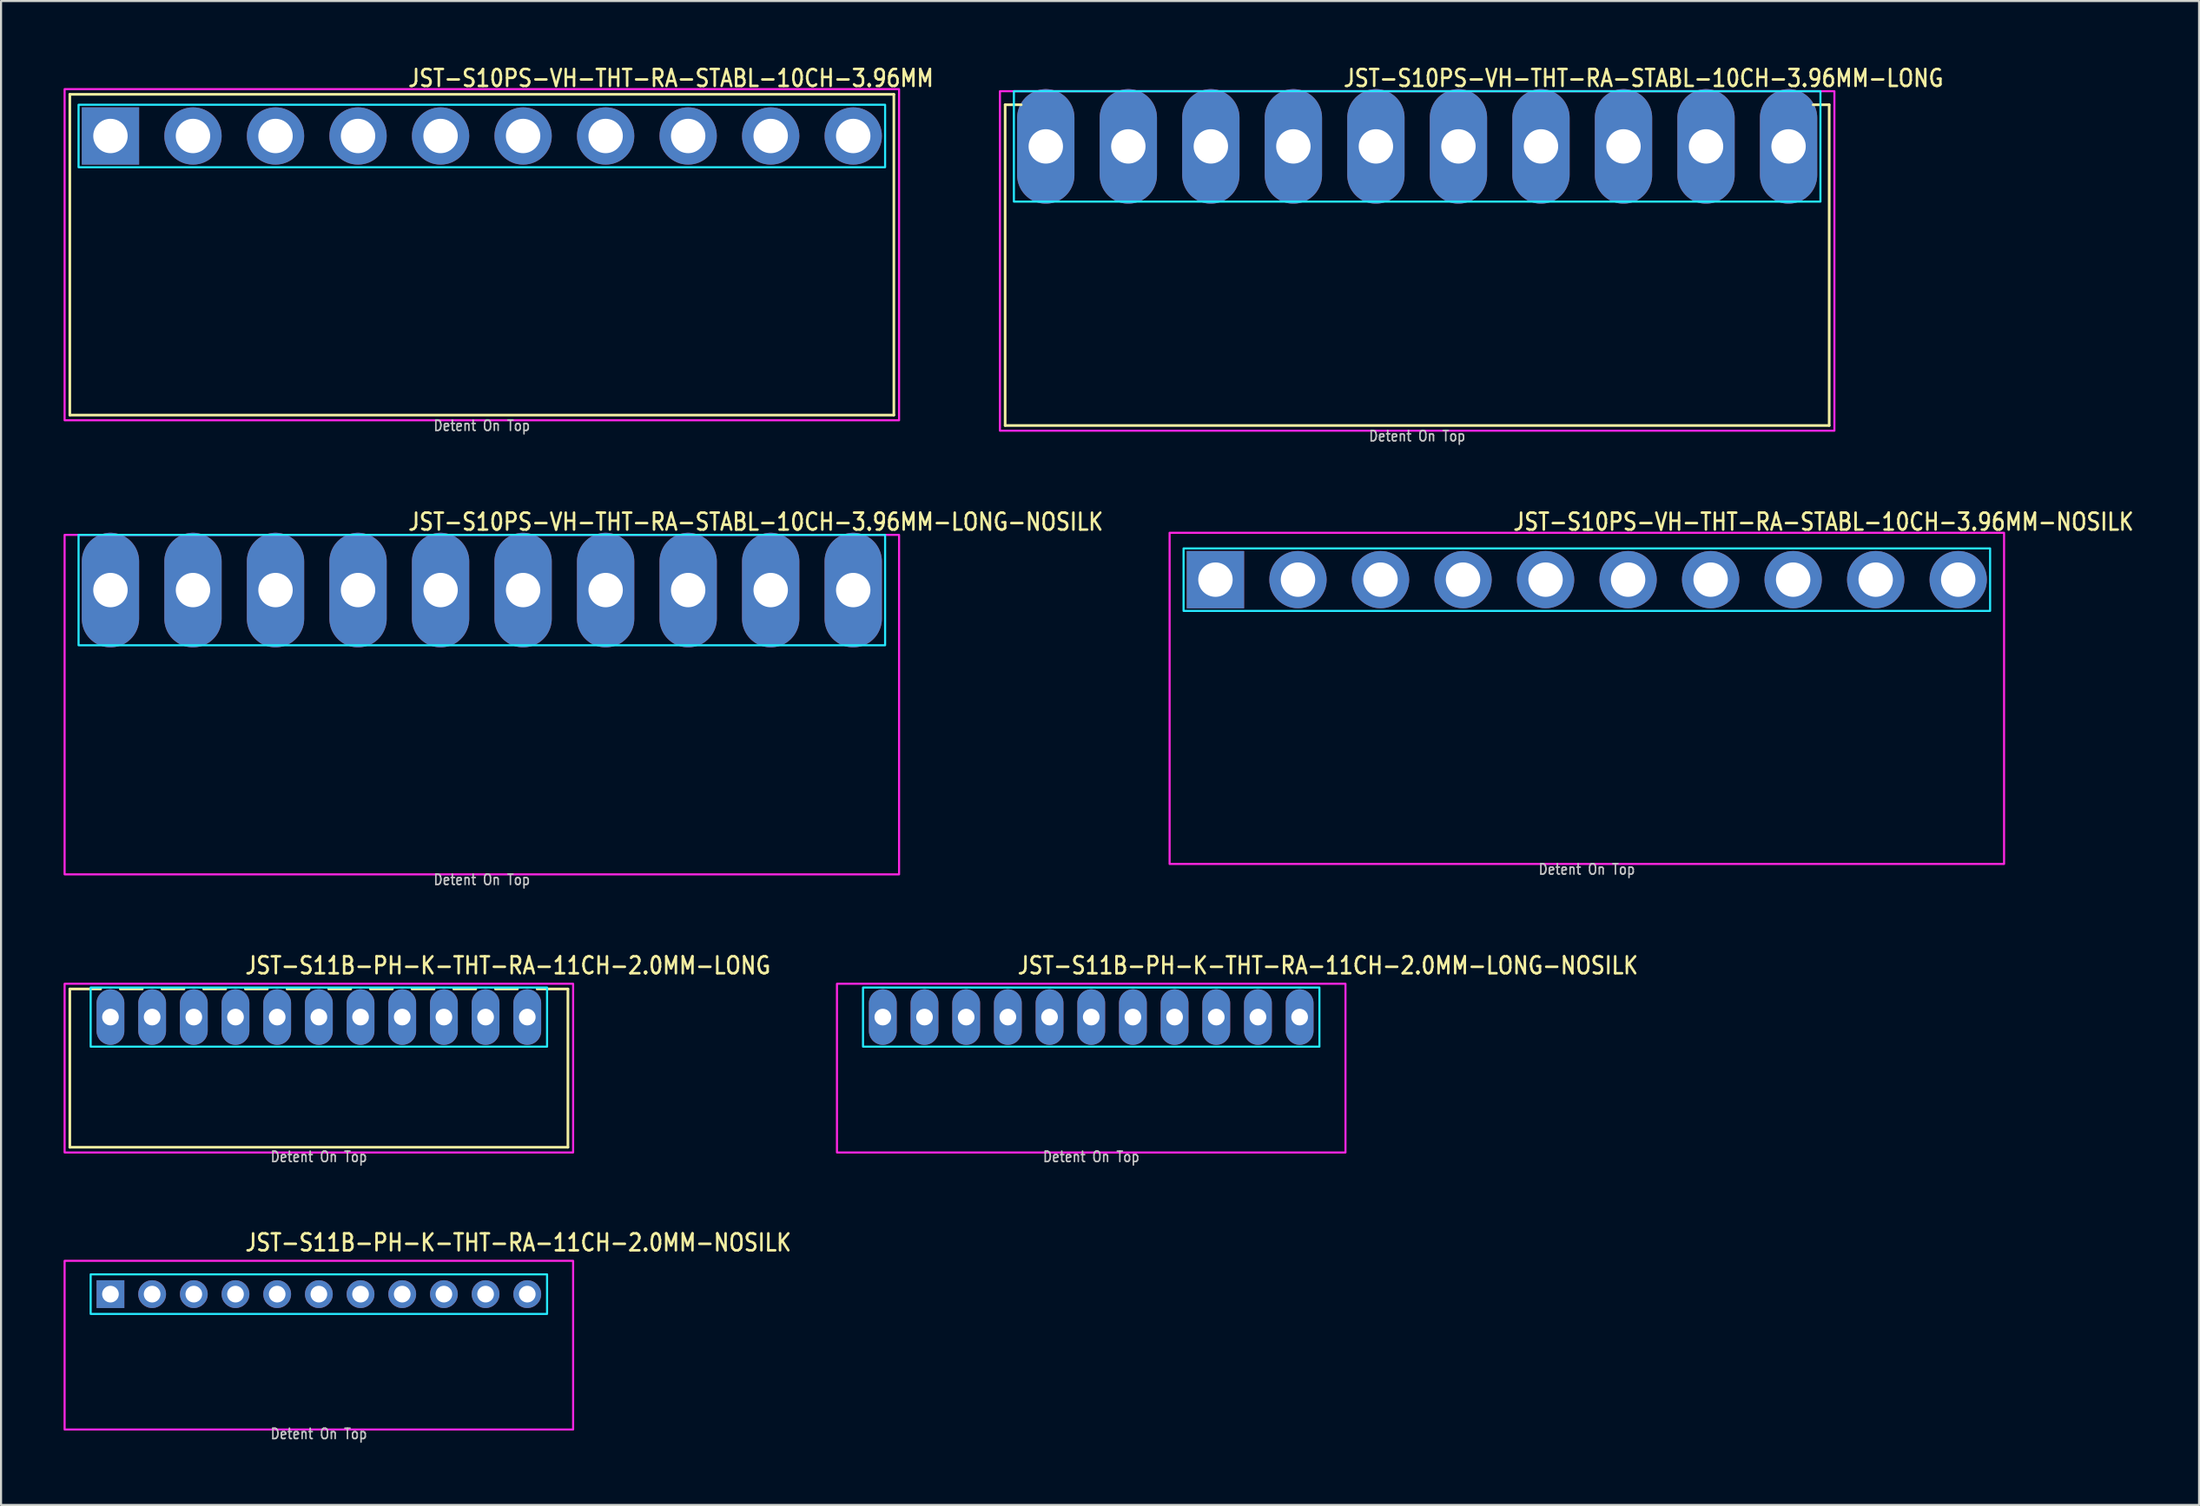
<source format=kicad_pcb>
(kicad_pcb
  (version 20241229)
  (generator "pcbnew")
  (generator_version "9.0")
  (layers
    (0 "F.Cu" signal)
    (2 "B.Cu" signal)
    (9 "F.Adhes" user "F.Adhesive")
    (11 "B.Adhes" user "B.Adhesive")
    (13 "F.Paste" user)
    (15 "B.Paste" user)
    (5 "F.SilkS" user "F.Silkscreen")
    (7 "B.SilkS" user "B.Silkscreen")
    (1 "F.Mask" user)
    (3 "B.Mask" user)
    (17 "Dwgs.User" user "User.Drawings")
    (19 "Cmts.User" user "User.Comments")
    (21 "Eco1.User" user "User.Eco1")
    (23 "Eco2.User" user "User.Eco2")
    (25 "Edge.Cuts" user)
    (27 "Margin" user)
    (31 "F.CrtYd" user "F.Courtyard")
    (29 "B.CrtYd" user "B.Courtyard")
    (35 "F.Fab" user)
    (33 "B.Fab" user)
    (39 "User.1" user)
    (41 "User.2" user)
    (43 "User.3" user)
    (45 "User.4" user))
  (footprint "JST-S11B-PH-K-THT-RA-11CH-2.0MM-LONG"
    (layer "F.Cu")
    (at 12.25 45.782)
    (property "Reference" "JST-S11B-PH-K-THT-RA-11CH-2.0MM-LONG" (at -3.6 -2 0) (unlocked yes) (layer "F.SilkS") (effects (font (size 0.813 0.695) (thickness 0.122)) (justify left bottom)))
    (fp_line (start -11.95 -1.35) (end -10.471 -1.35) (stroke (width 0.127) (type solid)) (layer "F.SilkS"))
    (fp_line (start -11.95 6.25) (end -11.95 -1.35) (stroke (width 0.127) (type solid)) (layer "F.SilkS"))
    (fp_line (start -11.95 6.25) (end 11.95 6.25) (stroke (width 0.127) (type solid)) (layer "F.SilkS"))
    (fp_line (start -9.529 -1.35) (end -8.471 -1.35) (stroke (width 0.127) (type solid)) (layer "F.SilkS"))
    (fp_line (start -7.529 -1.35) (end -6.471 -1.35) (stroke (width 0.127) (type solid)) (layer "F.SilkS"))
    (fp_line (start -5.529 -1.35) (end -4.471 -1.35) (stroke (width 0.127) (type solid)) (layer "F.SilkS"))
    (fp_line (start -3.529 -1.35) (end -2.471 -1.35) (stroke (width 0.127) (type solid)) (layer "F.SilkS"))
    (fp_line (start -1.529 -1.35) (end -0.471 -1.35) (stroke (width 0.127) (type solid)) (layer "F.SilkS"))
    (fp_line (start 0.471 -1.35) (end 1.529 -1.35) (stroke (width 0.127) (type solid)) (layer "F.SilkS"))
    (fp_line (start 2.471 -1.35) (end 3.529 -1.35) (stroke (width 0.127) (type solid)) (layer "F.SilkS"))
    (fp_line (start 4.471 -1.35) (end 5.529 -1.35) (stroke (width 0.127) (type solid)) (layer "F.SilkS"))
    (fp_line (start 6.471 -1.35) (end 7.529 -1.35) (stroke (width 0.127) (type solid)) (layer "F.SilkS"))
    (fp_line (start 8.471 -1.35) (end 9.529 -1.35) (stroke (width 0.127) (type solid)) (layer "F.SilkS"))
    (fp_line (start 10.471 -1.35) (end 11.95 -1.35) (stroke (width 0.127) (type solid)) (layer "F.SilkS"))
    (fp_line (start 11.95 -1.35) (end 11.95 6.25) (stroke (width 0.127) (type solid)) (layer "F.SilkS"))
    (fp_poly (pts (xy -10.95 -1.42) (xy -10.95 1.42) (xy 10.95 1.42) (xy 10.95 -1.42)) (stroke (width 0.1) (type solid)) (fill no) (layer "B.CrtYd"))
    (fp_poly (pts (xy -12.2 -1.6) (xy -12.2 6.5) (xy 12.2 6.5) (xy 12.2 -1.6)) (stroke (width 0.1) (type solid)) (fill no) (layer "F.CrtYd"))
    (fp_text user "Detent On Top" (at 0 7 0) (unlocked yes) (layer "Dwgs.User") (effects (font (size 0.5 0.427) (thickness 0.075)) (justify bottom)))
    (pad "1" thru_hole oval (at -10 0 90) (size 2.667 1.333) (drill 0.8) (layers "*.Cu" "*.Mask"))
    (pad "2" thru_hole oval (at -8 0 90) (size 2.667 1.333) (drill 0.8) (layers "*.Cu" "*.Mask"))
    (pad "3" thru_hole oval (at -6 0 90) (size 2.667 1.333) (drill 0.8) (layers "*.Cu" "*.Mask"))
    (pad "4" thru_hole oval (at -4 0 90) (size 2.667 1.333) (drill 0.8) (layers "*.Cu" "*.Mask"))
    (pad "5" thru_hole oval (at -2 0 90) (size 2.667 1.333) (drill 0.8) (layers "*.Cu" "*.Mask"))
    (pad "6" thru_hole oval (at 0 0 90) (size 2.667 1.333) (drill 0.8) (layers "*.Cu" "*.Mask"))
    (pad "7" thru_hole oval (at 2 0 90) (size 2.667 1.333) (drill 0.8) (layers "*.Cu" "*.Mask"))
    (pad "8" thru_hole oval (at 4 0 90) (size 2.667 1.333) (drill 0.8) (layers "*.Cu" "*.Mask"))
    (pad "9" thru_hole oval (at 6 0 90) (size 2.667 1.333) (drill 0.8) (layers "*.Cu" "*.Mask"))
    (pad "10" thru_hole oval (at 8 0 90) (size 2.667 1.333) (drill 0.8) (layers "*.Cu" "*.Mask"))
    (pad "11" thru_hole oval (at 10 0 90) (size 2.667 1.333) (drill 0.8) (layers "*.Cu" "*.Mask")))
  (footprint "JST-S10PS-VH-THT-RA-STABL-10CH-3.96MM"
    (layer "F.Cu")
    (at 20.07 3.479)
    (property "Reference" "JST-S10PS-VH-THT-RA-STABL-10CH-3.96MM" (at -3.6 -2.3 0) (unlocked yes) (layer "F.SilkS") (effects (font (size 0.813 0.695) (thickness 0.122)) (justify left bottom)))
    (fp_line (start -19.77 -2) (end 19.77 -2) (stroke (width 0.127) (type solid)) (layer "F.SilkS"))
    (fp_line (start -19.77 13.4) (end -19.77 -2) (stroke (width 0.127) (type solid)) (layer "F.SilkS"))
    (fp_line (start -19.77 13.4) (end 19.77 13.4) (stroke (width 0.127) (type solid)) (layer "F.SilkS"))
    (fp_line (start 19.77 -2) (end 19.77 13.4) (stroke (width 0.127) (type solid)) (layer "F.SilkS"))
    (fp_poly (pts (xy -19.35 -1.5) (xy -19.35 1.5) (xy 19.35 1.5) (xy 19.35 -1.5)) (stroke (width 0.1) (type solid)) (fill no) (layer "B.CrtYd"))
    (fp_poly (pts (xy -20.02 13.65) (xy 20.02 13.65) (xy 20.02 -2.25) (xy -20.02 -2.25)) (stroke (width 0.1) (type solid)) (fill no) (layer "F.CrtYd"))
    (fp_text user "Detent On Top" (at 0 14.2 0) (unlocked yes) (layer "Dwgs.User") (effects (font (size 0.5 0.427) (thickness 0.075)) (justify bottom)))
    (pad "1" thru_hole rect (at -17.82 0) (size 2.75 2.75) (drill 1.65) (layers "*.Cu" "*.Mask"))
    (pad "2" thru_hole oval (at -13.86 0) (size 2.75 2.75) (drill 1.65) (layers "*.Cu" "*.Mask"))
    (pad "3" thru_hole oval (at -9.9 0) (size 2.75 2.75) (drill 1.65) (layers "*.Cu" "*.Mask"))
    (pad "4" thru_hole oval (at -5.94 0) (size 2.75 2.75) (drill 1.65) (layers "*.Cu" "*.Mask"))
    (pad "5" thru_hole oval (at -1.98 0) (size 2.75 2.75) (drill 1.65) (layers "*.Cu" "*.Mask"))
    (pad "6" thru_hole oval (at 1.98 0) (size 2.75 2.75) (drill 1.65) (layers "*.Cu" "*.Mask"))
    (pad "7" thru_hole oval (at 5.94 0) (size 2.75 2.75) (drill 1.65) (layers "*.Cu" "*.Mask"))
    (pad "8" thru_hole oval (at 9.9 0) (size 2.75 2.75) (drill 1.65) (layers "*.Cu" "*.Mask"))
    (pad "9" thru_hole oval (at 13.86 0) (size 2.75 2.75) (drill 1.65) (layers "*.Cu" "*.Mask"))
    (pad "10" thru_hole oval (at 17.82 0) (size 2.75 2.75) (drill 1.65) (layers "*.Cu" "*.Mask")))
  (footprint "JST-S10PS-VH-THT-RA-STABL-10CH-3.96MM-LONG-NOSILK"
    (layer "F.Cu")
    (at 20.07 25.28)
    (property "Reference" "JST-S10PS-VH-THT-RA-STABL-10CH-3.96MM-LONG-NOSILK" (at -3.6 -2.8 0) (unlocked yes) (layer "F.SilkS") (effects (font (size 0.813 0.695) (thickness 0.122)) (justify left bottom)))
    (fp_poly (pts (xy -19.35 -2.65) (xy -19.35 2.65) (xy 19.35 2.65) (xy 19.35 -2.65)) (stroke (width 0.1) (type solid)) (fill no) (layer "B.CrtYd"))
    (fp_poly (pts (xy -20.02 -2.65) (xy -20.02 13.65) (xy 20.02 13.65) (xy 20.02 -2.65)) (stroke (width 0.1) (type solid)) (fill no) (layer "F.CrtYd"))
    (fp_text user "Detent On Top" (at 0 14.2 0) (unlocked yes) (layer "Dwgs.User") (effects (font (size 0.5 0.427) (thickness 0.075)) (justify bottom)))
    (pad "1" thru_hole oval (at -17.82 0 90) (size 5.5 2.75) (drill 1.65) (layers "*.Cu" "*.Mask"))
    (pad "2" thru_hole oval (at -13.86 0 90) (size 5.5 2.75) (drill 1.65) (layers "*.Cu" "*.Mask"))
    (pad "3" thru_hole oval (at -9.9 0 90) (size 5.5 2.75) (drill 1.65) (layers "*.Cu" "*.Mask"))
    (pad "4" thru_hole oval (at -5.94 0 90) (size 5.5 2.75) (drill 1.65) (layers "*.Cu" "*.Mask"))
    (pad "5" thru_hole oval (at -1.98 0 90) (size 5.5 2.75) (drill 1.65) (layers "*.Cu" "*.Mask"))
    (pad "6" thru_hole oval (at 1.98 0 90) (size 5.5 2.75) (drill 1.65) (layers "*.Cu" "*.Mask"))
    (pad "7" thru_hole oval (at 5.94 0 90) (size 5.5 2.75) (drill 1.65) (layers "*.Cu" "*.Mask"))
    (pad "8" thru_hole oval (at 9.9 0 90) (size 5.5 2.75) (drill 1.65) (layers "*.Cu" "*.Mask"))
    (pad "9" thru_hole oval (at 13.86 0 90) (size 5.5 2.75) (drill 1.65) (layers "*.Cu" "*.Mask"))
    (pad "10" thru_hole oval (at 17.82 0 90) (size 5.5 2.75) (drill 1.65) (layers "*.Cu" "*.Mask")))
  (footprint "JST-S10PS-VH-THT-RA-STABL-10CH-3.96MM-NOSILK"
    (layer "F.Cu")
    (at 73.091 24.78)
    (property "Reference" "JST-S10PS-VH-THT-RA-STABL-10CH-3.96MM-NOSILK" (at -3.6 -2.3 0) (unlocked yes) (layer "F.SilkS") (effects (font (size 0.813 0.695) (thickness 0.122)) (justify left bottom)))
    (fp_poly (pts (xy -19.35 -1.5) (xy -19.35 1.5) (xy 19.35 1.5) (xy 19.35 -1.5)) (stroke (width 0.1) (type solid)) (fill no) (layer "B.CrtYd"))
    (fp_poly (pts (xy -20.02 13.65) (xy 20.02 13.65) (xy 20.02 -2.25) (xy -20.02 -2.25)) (stroke (width 0.1) (type solid)) (fill no) (layer "F.CrtYd"))
    (fp_text user "Detent On Top" (at 0 14.2 0) (unlocked yes) (layer "Dwgs.User") (effects (font (size 0.5 0.427) (thickness 0.075)) (justify bottom)))
    (pad "1" thru_hole rect (at -17.82 0) (size 2.75 2.75) (drill 1.65) (layers "*.Cu" "*.Mask"))
    (pad "2" thru_hole oval (at -13.86 0) (size 2.75 2.75) (drill 1.65) (layers "*.Cu" "*.Mask"))
    (pad "3" thru_hole oval (at -9.9 0) (size 2.75 2.75) (drill 1.65) (layers "*.Cu" "*.Mask"))
    (pad "4" thru_hole oval (at -5.94 0) (size 2.75 2.75) (drill 1.65) (layers "*.Cu" "*.Mask"))
    (pad "5" thru_hole oval (at -1.98 0) (size 2.75 2.75) (drill 1.65) (layers "*.Cu" "*.Mask"))
    (pad "6" thru_hole oval (at 1.98 0) (size 2.75 2.75) (drill 1.65) (layers "*.Cu" "*.Mask"))
    (pad "7" thru_hole oval (at 5.94 0) (size 2.75 2.75) (drill 1.65) (layers "*.Cu" "*.Mask"))
    (pad "8" thru_hole oval (at 9.9 0) (size 2.75 2.75) (drill 1.65) (layers "*.Cu" "*.Mask"))
    (pad "9" thru_hole oval (at 13.86 0) (size 2.75 2.75) (drill 1.65) (layers "*.Cu" "*.Mask"))
    (pad "10" thru_hole oval (at 17.82 0) (size 2.75 2.75) (drill 1.65) (layers "*.Cu" "*.Mask")))
  (footprint "JST-S11B-PH-K-THT-RA-11CH-2.0MM-LONG-NOSILK"
    (layer "F.Cu")
    (at 49.31 45.782)
    (property "Reference" "JST-S11B-PH-K-THT-RA-11CH-2.0MM-LONG-NOSILK" (at -3.6 -2 0) (unlocked yes) (layer "F.SilkS") (effects (font (size 0.813 0.695) (thickness 0.122)) (justify left bottom)))
    (fp_poly (pts (xy -10.95 -1.42) (xy -10.95 1.42) (xy 10.95 1.42) (xy 10.95 -1.42)) (stroke (width 0.1) (type solid)) (fill no) (layer "B.CrtYd"))
    (fp_poly (pts (xy -12.2 -1.6) (xy -12.2 6.5) (xy 12.2 6.5) (xy 12.2 -1.6)) (stroke (width 0.1) (type solid)) (fill no) (layer "F.CrtYd"))
    (fp_text user "Detent On Top" (at 0 7 0) (unlocked yes) (layer "Dwgs.User") (effects (font (size 0.5 0.427) (thickness 0.075)) (justify bottom)))
    (pad "1" thru_hole oval (at -10 0 90) (size 2.667 1.333) (drill 0.8) (layers "*.Cu" "*.Mask"))
    (pad "2" thru_hole oval (at -8 0 90) (size 2.667 1.333) (drill 0.8) (layers "*.Cu" "*.Mask"))
    (pad "3" thru_hole oval (at -6 0 90) (size 2.667 1.333) (drill 0.8) (layers "*.Cu" "*.Mask"))
    (pad "4" thru_hole oval (at -4 0 90) (size 2.667 1.333) (drill 0.8) (layers "*.Cu" "*.Mask"))
    (pad "5" thru_hole oval (at -2 0 90) (size 2.667 1.333) (drill 0.8) (layers "*.Cu" "*.Mask"))
    (pad "6" thru_hole oval (at 0 0 90) (size 2.667 1.333) (drill 0.8) (layers "*.Cu" "*.Mask"))
    (pad "7" thru_hole oval (at 2 0 90) (size 2.667 1.333) (drill 0.8) (layers "*.Cu" "*.Mask"))
    (pad "8" thru_hole oval (at 4 0 90) (size 2.667 1.333) (drill 0.8) (layers "*.Cu" "*.Mask"))
    (pad "9" thru_hole oval (at 6 0 90) (size 2.667 1.333) (drill 0.8) (layers "*.Cu" "*.Mask"))
    (pad "10" thru_hole oval (at 8 0 90) (size 2.667 1.333) (drill 0.8) (layers "*.Cu" "*.Mask"))
    (pad "11" thru_hole oval (at 10 0 90) (size 2.667 1.333) (drill 0.8) (layers "*.Cu" "*.Mask")))
  (footprint "JST-S11B-PH-K-THT-RA-11CH-2.0MM-NOSILK"
    (layer "F.Cu")
    (at 12.25 59.084)
    (property "Reference" "JST-S11B-PH-K-THT-RA-11CH-2.0MM-NOSILK" (at -3.6 -2 0) (unlocked yes) (layer "F.SilkS") (effects (font (size 0.813 0.695) (thickness 0.122)) (justify left bottom)))
    (fp_poly (pts (xy -10.95 -0.95) (xy -10.95 0.95) (xy 10.95 0.95) (xy 10.95 -0.95)) (stroke (width 0.1) (type solid)) (fill no) (layer "B.CrtYd"))
    (fp_poly (pts (xy -12.2 -1.6) (xy -12.2 6.5) (xy 12.2 6.5) (xy 12.2 -1.6)) (stroke (width 0.1) (type solid)) (fill no) (layer "F.CrtYd"))
    (fp_text user "Detent On Top" (at 0 7 0) (unlocked yes) (layer "Dwgs.User") (effects (font (size 0.5 0.427) (thickness 0.075)) (justify bottom)))
    (pad "1" thru_hole rect (at -10 0) (size 1.333 1.333) (drill 0.8) (layers "*.Cu" "*.Mask"))
    (pad "2" thru_hole oval (at -8 0) (size 1.333 1.333) (drill 0.8) (layers "*.Cu" "*.Mask"))
    (pad "3" thru_hole oval (at -6 0) (size 1.333 1.333) (drill 0.8) (layers "*.Cu" "*.Mask"))
    (pad "4" thru_hole oval (at -4 0) (size 1.333 1.333) (drill 0.8) (layers "*.Cu" "*.Mask"))
    (pad "5" thru_hole oval (at -2 0) (size 1.333 1.333) (drill 0.8) (layers "*.Cu" "*.Mask"))
    (pad "6" thru_hole oval (at 0 0) (size 1.333 1.333) (drill 0.8) (layers "*.Cu" "*.Mask"))
    (pad "7" thru_hole oval (at 2 0) (size 1.333 1.333) (drill 0.8) (layers "*.Cu" "*.Mask"))
    (pad "8" thru_hole oval (at 4 0) (size 1.333 1.333) (drill 0.8) (layers "*.Cu" "*.Mask"))
    (pad "9" thru_hole oval (at 6 0) (size 1.333 1.333) (drill 0.8) (layers "*.Cu" "*.Mask"))
    (pad "10" thru_hole oval (at 8 0) (size 1.333 1.333) (drill 0.8) (layers "*.Cu" "*.Mask"))
    (pad "11" thru_hole oval (at 10 0) (size 1.333 1.333) (drill 0.8) (layers "*.Cu" "*.Mask")))
  (footprint "JST-S10PS-VH-THT-RA-STABL-10CH-3.96MM-LONG"
    (layer "F.Cu")
    (at 64.95 3.979)
    (property "Reference" "JST-S10PS-VH-THT-RA-STABL-10CH-3.96MM-LONG" (at -3.6 -2.8 0) (unlocked yes) (layer "F.SilkS") (effects (font (size 0.813 0.695) (thickness 0.122)) (justify left bottom)))
    (fp_line (start -19.77 -2) (end -19 -2) (stroke (width 0.127) (type solid)) (layer "F.SilkS"))
    (fp_line (start -19.77 13.4) (end -19.77 -2) (stroke (width 0.127) (type solid)) (layer "F.SilkS"))
    (fp_line (start -19.77 13.4) (end 19.77 13.4) (stroke (width 0.127) (type solid)) (layer "F.SilkS"))
    (fp_line (start 19.77 -2) (end 19 -2) (stroke (width 0.127) (type solid)) (layer "F.SilkS"))
    (fp_line (start 19.77 -2) (end 19.77 13.4) (stroke (width 0.127) (type solid)) (layer "F.SilkS"))
    (fp_poly (pts (xy -19.35 -2.65) (xy -19.35 2.65) (xy 19.35 2.65) (xy 19.35 -2.65)) (stroke (width 0.1) (type solid)) (fill no) (layer "B.CrtYd"))
    (fp_poly (pts (xy -20.02 -2.65) (xy -20.02 13.65) (xy 20.02 13.65) (xy 20.02 -2.65)) (stroke (width 0.1) (type solid)) (fill no) (layer "F.CrtYd"))
    (fp_text user "Detent On Top" (at 0 14.2 0) (unlocked yes) (layer "Dwgs.User") (effects (font (size 0.5 0.427) (thickness 0.075)) (justify bottom)))
    (pad "1" thru_hole oval (at -17.82 0 90) (size 5.5 2.75) (drill 1.65) (layers "*.Cu" "*.Mask"))
    (pad "2" thru_hole oval (at -13.86 0 90) (size 5.5 2.75) (drill 1.65) (layers "*.Cu" "*.Mask"))
    (pad "3" thru_hole oval (at -9.9 0 90) (size 5.5 2.75) (drill 1.65) (layers "*.Cu" "*.Mask"))
    (pad "4" thru_hole oval (at -5.94 0 90) (size 5.5 2.75) (drill 1.65) (layers "*.Cu" "*.Mask"))
    (pad "5" thru_hole oval (at -1.98 0 90) (size 5.5 2.75) (drill 1.65) (layers "*.Cu" "*.Mask"))
    (pad "6" thru_hole oval (at 1.98 0 90) (size 5.5 2.75) (drill 1.65) (layers "*.Cu" "*.Mask"))
    (pad "7" thru_hole oval (at 5.94 0 90) (size 5.5 2.75) (drill 1.65) (layers "*.Cu" "*.Mask"))
    (pad "8" thru_hole oval (at 9.9 0 90) (size 5.5 2.75) (drill 1.65) (layers "*.Cu" "*.Mask"))
    (pad "9" thru_hole oval (at 13.86 0 90) (size 5.5 2.75) (drill 1.65) (layers "*.Cu" "*.Mask"))
    (pad "10" thru_hole oval (at 17.82 0 90) (size 5.5 2.75) (drill 1.65) (layers "*.Cu" "*.Mask")))
  (gr_rect
    (start -3 -3)
    (end 102.468 69.207)
    (stroke (width 0.1) (type default))
    (fill no)
    (layer "Edge.Cuts")))
</source>
